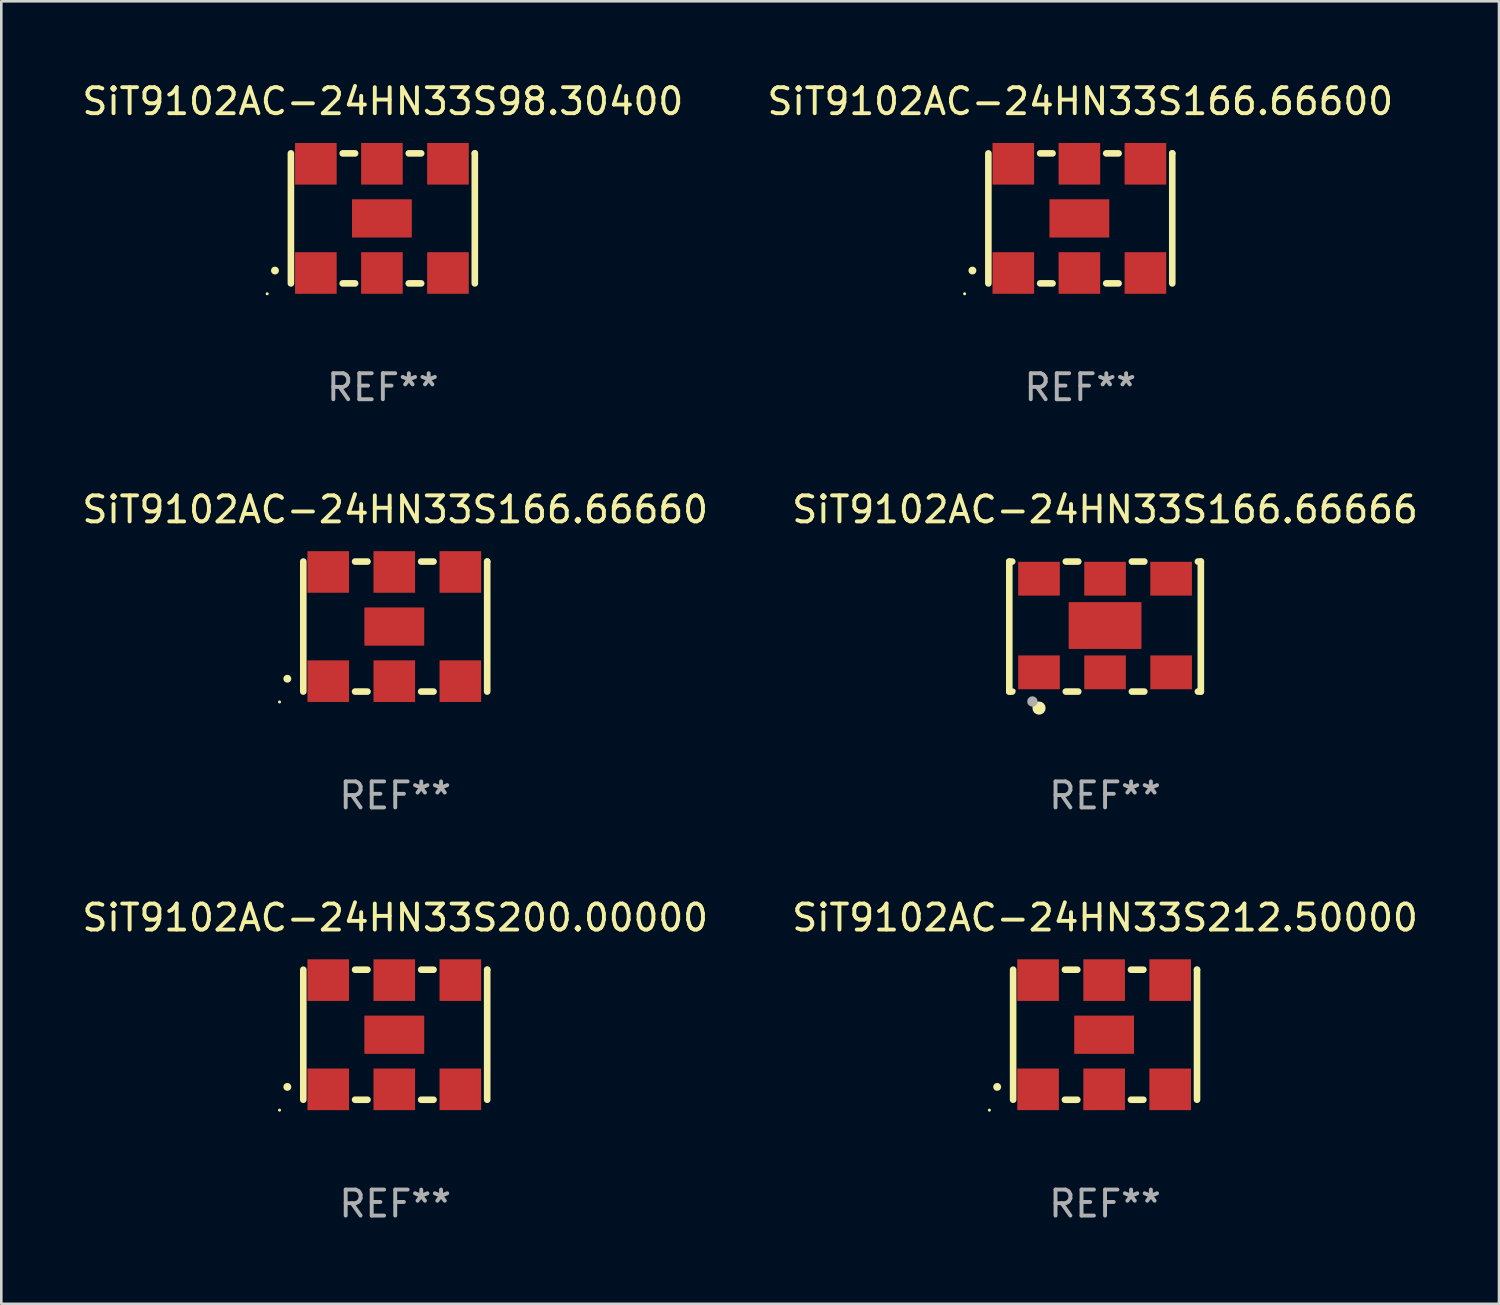
<source format=kicad_pcb>
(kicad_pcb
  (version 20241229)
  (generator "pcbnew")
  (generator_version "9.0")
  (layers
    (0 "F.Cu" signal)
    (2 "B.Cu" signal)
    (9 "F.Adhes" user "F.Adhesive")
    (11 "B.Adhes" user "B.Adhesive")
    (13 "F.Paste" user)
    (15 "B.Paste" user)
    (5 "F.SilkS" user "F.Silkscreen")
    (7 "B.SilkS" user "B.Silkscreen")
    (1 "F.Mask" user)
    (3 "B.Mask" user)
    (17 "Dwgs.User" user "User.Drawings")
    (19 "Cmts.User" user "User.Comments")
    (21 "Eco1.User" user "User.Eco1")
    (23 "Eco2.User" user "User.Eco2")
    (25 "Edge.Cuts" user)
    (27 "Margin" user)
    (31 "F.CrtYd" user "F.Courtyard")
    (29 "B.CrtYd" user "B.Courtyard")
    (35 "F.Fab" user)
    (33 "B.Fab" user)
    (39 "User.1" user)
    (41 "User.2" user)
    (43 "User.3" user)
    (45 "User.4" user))
  (footprint "SiT9102AC-24HN33S200.00000"
    (layer "F.Cu")
    (at 12.149 36.741)
    (property "Reference" "SiT9102AC-24HN33S200.00000" (at 0 -4.5 0) (layer "F.SilkS") (effects (font (size 1 1) (thickness 0.15))))
    (attr through_hole)
    (fp_line (start -3.536 -2.5) (end -3.536 2.5) (stroke (width 0.254) (type solid)) (layer "F.SilkS"))
    (fp_line (start -1.544 2.5) (end -1.067 2.5) (stroke (width 0.254) (type solid)) (layer "F.SilkS"))
    (fp_line (start -1.067 -2.5) (end -1.544 -2.5) (stroke (width 0.254) (type solid)) (layer "F.SilkS"))
    (fp_line (start 0.996 2.5) (end 1.473 2.5) (stroke (width 0.254) (type solid)) (layer "F.SilkS"))
    (fp_line (start 1.473 -2.5) (end 0.996 -2.5) (stroke (width 0.254) (type solid)) (layer "F.SilkS"))
    (fp_line (start 3.536 -2.5) (end 3.536 -2.5) (stroke (width 0.254) (type solid)) (layer "F.SilkS"))
    (fp_line (start 3.536 2.5) (end 3.536 -2.5) (stroke (width 0.254) (type solid)) (layer "F.SilkS"))
    (fp_arc (start -4.150432 2.006604) (mid -4.149162 2.006599) (end -4.147892 2.006604) (stroke (width 0.3) (type solid)) (layer "F.SilkS"))
    (fp_circle (center -4.449 2.9) (end -4.419 2.9) (stroke (width 0.06) (type solid)) (fill no) (layer "F.SilkS"))
    (fp_text user "REF**" (at 0 6.5 0) (layer "F.Fab") (effects (font (size 1 1) (thickness 0.15))))
    (pad "1" smd rect (at -2.576 2.1) (size 1.6 1.6) (layers "F.Cu" "F.Mask" "F.Paste"))
    (pad "2" smd rect (at -0.036 2.1) (size 1.6 1.6) (layers "F.Cu" "F.Mask" "F.Paste"))
    (pad "3" smd rect (at 2.504 2.1) (size 1.6 1.6) (layers "F.Cu" "F.Mask" "F.Paste"))
    (pad "4" smd rect (at 2.504 -2.1) (size 1.6 1.6) (layers "F.Cu" "F.Mask" "F.Paste"))
    (pad "5" smd rect (at -0.036 -2.1) (size 1.6 1.6) (layers "F.Cu" "F.Mask" "F.Paste"))
    (pad "6" smd rect (at -2.576 -2.1) (size 1.6 1.6) (layers "F.Cu" "F.Mask" "F.Paste"))
    (pad "7" smd rect (at -0.036 0) (size 2.3 1.47) (layers "F.Cu" "F.Mask" "F.Paste")))
  (footprint "SiT9102AC-24HN33S166.66600"
    (layer "F.Cu")
    (at 38.494 5.348)
    (property "Reference" "SiT9102AC-24HN33S166.66600" (at 0 -4.5 0) (layer "F.SilkS") (effects (font (size 1 1) (thickness 0.15))))
    (attr through_hole)
    (fp_line (start -3.536 -2.5) (end -3.536 2.5) (stroke (width 0.254) (type solid)) (layer "F.SilkS"))
    (fp_line (start -1.544 2.5) (end -1.067 2.5) (stroke (width 0.254) (type solid)) (layer "F.SilkS"))
    (fp_line (start -1.067 -2.5) (end -1.544 -2.5) (stroke (width 0.254) (type solid)) (layer "F.SilkS"))
    (fp_line (start 0.996 2.5) (end 1.473 2.5) (stroke (width 0.254) (type solid)) (layer "F.SilkS"))
    (fp_line (start 1.473 -2.5) (end 0.996 -2.5) (stroke (width 0.254) (type solid)) (layer "F.SilkS"))
    (fp_line (start 3.536 -2.5) (end 3.536 -2.5) (stroke (width 0.254) (type solid)) (layer "F.SilkS"))
    (fp_line (start 3.536 2.5) (end 3.536 -2.5) (stroke (width 0.254) (type solid)) (layer "F.SilkS"))
    (fp_arc (start -4.150432 2.006604) (mid -4.149162 2.006599) (end -4.147892 2.006604) (stroke (width 0.3) (type solid)) (layer "F.SilkS"))
    (fp_circle (center -4.449 2.9) (end -4.419 2.9) (stroke (width 0.06) (type solid)) (fill no) (layer "F.SilkS"))
    (fp_text user "REF**" (at 0 6.5 0) (layer "F.Fab") (effects (font (size 1 1) (thickness 0.15))))
    (pad "1" smd rect (at -2.576 2.1) (size 1.6 1.6) (layers "F.Cu" "F.Mask" "F.Paste"))
    (pad "2" smd rect (at -0.036 2.1) (size 1.6 1.6) (layers "F.Cu" "F.Mask" "F.Paste"))
    (pad "3" smd rect (at 2.504 2.1) (size 1.6 1.6) (layers "F.Cu" "F.Mask" "F.Paste"))
    (pad "4" smd rect (at 2.504 -2.1) (size 1.6 1.6) (layers "F.Cu" "F.Mask" "F.Paste"))
    (pad "5" smd rect (at -0.036 -2.1) (size 1.6 1.6) (layers "F.Cu" "F.Mask" "F.Paste"))
    (pad "6" smd rect (at -2.576 -2.1) (size 1.6 1.6) (layers "F.Cu" "F.Mask" "F.Paste"))
    (pad "7" smd rect (at -0.036 0) (size 2.3 1.47) (layers "F.Cu" "F.Mask" "F.Paste")))
  (footprint "SiT9102AC-24HN33S98.30400"
    (layer "F.Cu")
    (at 11.673 5.348)
    (property "Reference" "SiT9102AC-24HN33S98.30400" (at 0 -4.5 0) (layer "F.SilkS") (effects (font (size 1 1) (thickness 0.15))))
    (attr through_hole)
    (fp_line (start -3.536 -2.5) (end -3.536 2.5) (stroke (width 0.254) (type solid)) (layer "F.SilkS"))
    (fp_line (start -1.544 2.5) (end -1.067 2.5) (stroke (width 0.254) (type solid)) (layer "F.SilkS"))
    (fp_line (start -1.067 -2.5) (end -1.544 -2.5) (stroke (width 0.254) (type solid)) (layer "F.SilkS"))
    (fp_line (start 0.996 2.5) (end 1.473 2.5) (stroke (width 0.254) (type solid)) (layer "F.SilkS"))
    (fp_line (start 1.473 -2.5) (end 0.996 -2.5) (stroke (width 0.254) (type solid)) (layer "F.SilkS"))
    (fp_line (start 3.536 -2.5) (end 3.536 -2.5) (stroke (width 0.254) (type solid)) (layer "F.SilkS"))
    (fp_line (start 3.536 2.5) (end 3.536 -2.5) (stroke (width 0.254) (type solid)) (layer "F.SilkS"))
    (fp_arc (start -4.150432 2.006604) (mid -4.149162 2.006599) (end -4.147892 2.006604) (stroke (width 0.3) (type solid)) (layer "F.SilkS"))
    (fp_circle (center -4.449 2.9) (end -4.419 2.9) (stroke (width 0.06) (type solid)) (fill no) (layer "F.SilkS"))
    (fp_text user "REF**" (at 0 6.5 0) (layer "F.Fab") (effects (font (size 1 1) (thickness 0.15))))
    (pad "1" smd rect (at -2.576 2.1) (size 1.6 1.6) (layers "F.Cu" "F.Mask" "F.Paste"))
    (pad "2" smd rect (at -0.036 2.1) (size 1.6 1.6) (layers "F.Cu" "F.Mask" "F.Paste"))
    (pad "3" smd rect (at 2.504 2.1) (size 1.6 1.6) (layers "F.Cu" "F.Mask" "F.Paste"))
    (pad "4" smd rect (at 2.504 -2.1) (size 1.6 1.6) (layers "F.Cu" "F.Mask" "F.Paste"))
    (pad "5" smd rect (at -0.036 -2.1) (size 1.6 1.6) (layers "F.Cu" "F.Mask" "F.Paste"))
    (pad "6" smd rect (at -2.576 -2.1) (size 1.6 1.6) (layers "F.Cu" "F.Mask" "F.Paste"))
    (pad "7" smd rect (at -0.036 0) (size 2.3 1.47) (layers "F.Cu" "F.Mask" "F.Paste")))
  (footprint "SiT9102AC-24HN33S166.66666"
    (layer "F.Cu")
    (at 39.446 21.045)
    (property "Reference" "SiT9102AC-24HN33S166.66666" (at 0 -4.5 0) (layer "F.SilkS") (effects (font (size 1 1) (thickness 0.15))))
    (attr through_hole)
    (fp_line (start -3.683 -2.5) (end -3.571 -2.5) (stroke (width 0.254) (type solid)) (layer "F.SilkS"))
    (fp_line (start -3.683 2.5) (end -3.683 -2.5) (stroke (width 0.254) (type solid)) (layer "F.SilkS"))
    (fp_line (start -3.683 2.5) (end -3.571 2.5) (stroke (width 0.254) (type solid)) (layer "F.SilkS"))
    (fp_line (start -1.509 -2.5) (end -1.031 -2.5) (stroke (width 0.254) (type solid)) (layer "F.SilkS"))
    (fp_line (start -1.509 2.5) (end -1.031 2.5) (stroke (width 0.254) (type solid)) (layer "F.SilkS"))
    (fp_line (start 1.031 -2.5) (end 1.509 -2.5) (stroke (width 0.254) (type solid)) (layer "F.SilkS"))
    (fp_line (start 1.031 2.5) (end 1.509 2.5) (stroke (width 0.254) (type solid)) (layer "F.SilkS"))
    (fp_line (start 3.571 -2.5) (end 3.683 -2.5) (stroke (width 0.254) (type solid)) (layer "F.SilkS"))
    (fp_line (start 3.571 2.5) (end 3.683 2.5) (stroke (width 0.254) (type solid)) (layer "F.SilkS"))
    (fp_line (start 3.683 2.5) (end 3.683 -2.5) (stroke (width 0.254) (type solid)) (layer "F.SilkS"))
    (fp_circle (center -3.5 2.46) (end -3.47 2.46) (stroke (width 0.06) (type solid)) (fill no) (layer "F.SilkS"))
    (fp_circle (center -2.54 3.135) (end -2.413 3.135) (stroke (width 0.254) (type solid)) (fill no) (layer "F.SilkS"))
    (fp_circle (center -2.794 2.881) (end -2.694 2.881) (stroke (width 0.2) (type solid)) (fill no) (layer "F.Fab"))
    (fp_text user "REF**" (at 0 6.5 0) (layer "F.Fab") (effects (font (size 1 1) (thickness 0.15))))
    (pad "1" smd rect (at -2.54 1.76) (size 1.6 1.3) (layers "F.Cu" "F.Mask" "F.Paste"))
    (pad "2" smd rect (at 0 1.76) (size 1.6 1.3) (layers "F.Cu" "F.Mask" "F.Paste"))
    (pad "3" smd rect (at 2.54 1.76) (size 1.6 1.3) (layers "F.Cu" "F.Mask" "F.Paste"))
    (pad "4" smd rect (at 2.54 -1.84) (size 1.6 1.3) (layers "F.Cu" "F.Mask" "F.Paste"))
    (pad "5" smd rect (at 0 -1.84) (size 1.6 1.3) (layers "F.Cu" "F.Mask" "F.Paste"))
    (pad "6" smd rect (at -2.54 -1.84) (size 1.6 1.3) (layers "F.Cu" "F.Mask" "F.Paste"))
    (pad "7" smd rect (at 0 -0.04) (size 2.8 1.8) (layers "F.Cu" "F.Mask" "F.Paste")))
  (footprint "SiT9102AC-24HN33S166.66660"
    (layer "F.Cu")
    (at 12.149 21.045)
    (property "Reference" "SiT9102AC-24HN33S166.66660" (at 0 -4.5 0) (layer "F.SilkS") (effects (font (size 1 1) (thickness 0.15))))
    (attr through_hole)
    (fp_line (start -3.536 -2.5) (end -3.536 2.5) (stroke (width 0.254) (type solid)) (layer "F.SilkS"))
    (fp_line (start -1.544 2.5) (end -1.067 2.5) (stroke (width 0.254) (type solid)) (layer "F.SilkS"))
    (fp_line (start -1.067 -2.5) (end -1.544 -2.5) (stroke (width 0.254) (type solid)) (layer "F.SilkS"))
    (fp_line (start 0.996 2.5) (end 1.473 2.5) (stroke (width 0.254) (type solid)) (layer "F.SilkS"))
    (fp_line (start 1.473 -2.5) (end 0.996 -2.5) (stroke (width 0.254) (type solid)) (layer "F.SilkS"))
    (fp_line (start 3.536 -2.5) (end 3.536 -2.5) (stroke (width 0.254) (type solid)) (layer "F.SilkS"))
    (fp_line (start 3.536 2.5) (end 3.536 -2.5) (stroke (width 0.254) (type solid)) (layer "F.SilkS"))
    (fp_arc (start -4.150432 2.006604) (mid -4.149162 2.006599) (end -4.147892 2.006604) (stroke (width 0.3) (type solid)) (layer "F.SilkS"))
    (fp_circle (center -4.449 2.9) (end -4.419 2.9) (stroke (width 0.06) (type solid)) (fill no) (layer "F.SilkS"))
    (fp_text user "REF**" (at 0 6.5 0) (layer "F.Fab") (effects (font (size 1 1) (thickness 0.15))))
    (pad "1" smd rect (at -2.576 2.1) (size 1.6 1.6) (layers "F.Cu" "F.Mask" "F.Paste"))
    (pad "2" smd rect (at -0.036 2.1) (size 1.6 1.6) (layers "F.Cu" "F.Mask" "F.Paste"))
    (pad "3" smd rect (at 2.504 2.1) (size 1.6 1.6) (layers "F.Cu" "F.Mask" "F.Paste"))
    (pad "4" smd rect (at 2.504 -2.1) (size 1.6 1.6) (layers "F.Cu" "F.Mask" "F.Paste"))
    (pad "5" smd rect (at -0.036 -2.1) (size 1.6 1.6) (layers "F.Cu" "F.Mask" "F.Paste"))
    (pad "6" smd rect (at -2.576 -2.1) (size 1.6 1.6) (layers "F.Cu" "F.Mask" "F.Paste"))
    (pad "7" smd rect (at -0.036 0) (size 2.3 1.47) (layers "F.Cu" "F.Mask" "F.Paste")))
  (footprint "SiT9102AC-24HN33S212.50000"
    (layer "F.Cu")
    (at 39.446 36.741)
    (property "Reference" "SiT9102AC-24HN33S212.50000" (at 0 -4.5 0) (layer "F.SilkS") (effects (font (size 1 1) (thickness 0.15))))
    (attr through_hole)
    (fp_line (start -3.536 -2.5) (end -3.536 2.5) (stroke (width 0.254) (type solid)) (layer "F.SilkS"))
    (fp_line (start -1.544 2.5) (end -1.067 2.5) (stroke (width 0.254) (type solid)) (layer "F.SilkS"))
    (fp_line (start -1.067 -2.5) (end -1.544 -2.5) (stroke (width 0.254) (type solid)) (layer "F.SilkS"))
    (fp_line (start 0.996 2.5) (end 1.473 2.5) (stroke (width 0.254) (type solid)) (layer "F.SilkS"))
    (fp_line (start 1.473 -2.5) (end 0.996 -2.5) (stroke (width 0.254) (type solid)) (layer "F.SilkS"))
    (fp_line (start 3.536 -2.5) (end 3.536 -2.5) (stroke (width 0.254) (type solid)) (layer "F.SilkS"))
    (fp_line (start 3.536 2.5) (end 3.536 -2.5) (stroke (width 0.254) (type solid)) (layer "F.SilkS"))
    (fp_arc (start -4.150432 2.006604) (mid -4.149162 2.006599) (end -4.147892 2.006604) (stroke (width 0.3) (type solid)) (layer "F.SilkS"))
    (fp_circle (center -4.449 2.9) (end -4.419 2.9) (stroke (width 0.06) (type solid)) (fill no) (layer "F.SilkS"))
    (fp_text user "REF**" (at 0 6.5 0) (layer "F.Fab") (effects (font (size 1 1) (thickness 0.15))))
    (pad "1" smd rect (at -2.576 2.1) (size 1.6 1.6) (layers "F.Cu" "F.Mask" "F.Paste"))
    (pad "2" smd rect (at -0.036 2.1) (size 1.6 1.6) (layers "F.Cu" "F.Mask" "F.Paste"))
    (pad "3" smd rect (at 2.504 2.1) (size 1.6 1.6) (layers "F.Cu" "F.Mask" "F.Paste"))
    (pad "4" smd rect (at 2.504 -2.1) (size 1.6 1.6) (layers "F.Cu" "F.Mask" "F.Paste"))
    (pad "5" smd rect (at -0.036 -2.1) (size 1.6 1.6) (layers "F.Cu" "F.Mask" "F.Paste"))
    (pad "6" smd rect (at -2.576 -2.1) (size 1.6 1.6) (layers "F.Cu" "F.Mask" "F.Paste"))
    (pad "7" smd rect (at -0.036 0) (size 2.3 1.47) (layers "F.Cu" "F.Mask" "F.Paste")))
  (gr_rect
    (start -3 -3)
    (end 54.595 47.09)
    (stroke (width 0.1) (type default))
    (fill no)
    (layer "Edge.Cuts")))
</source>
